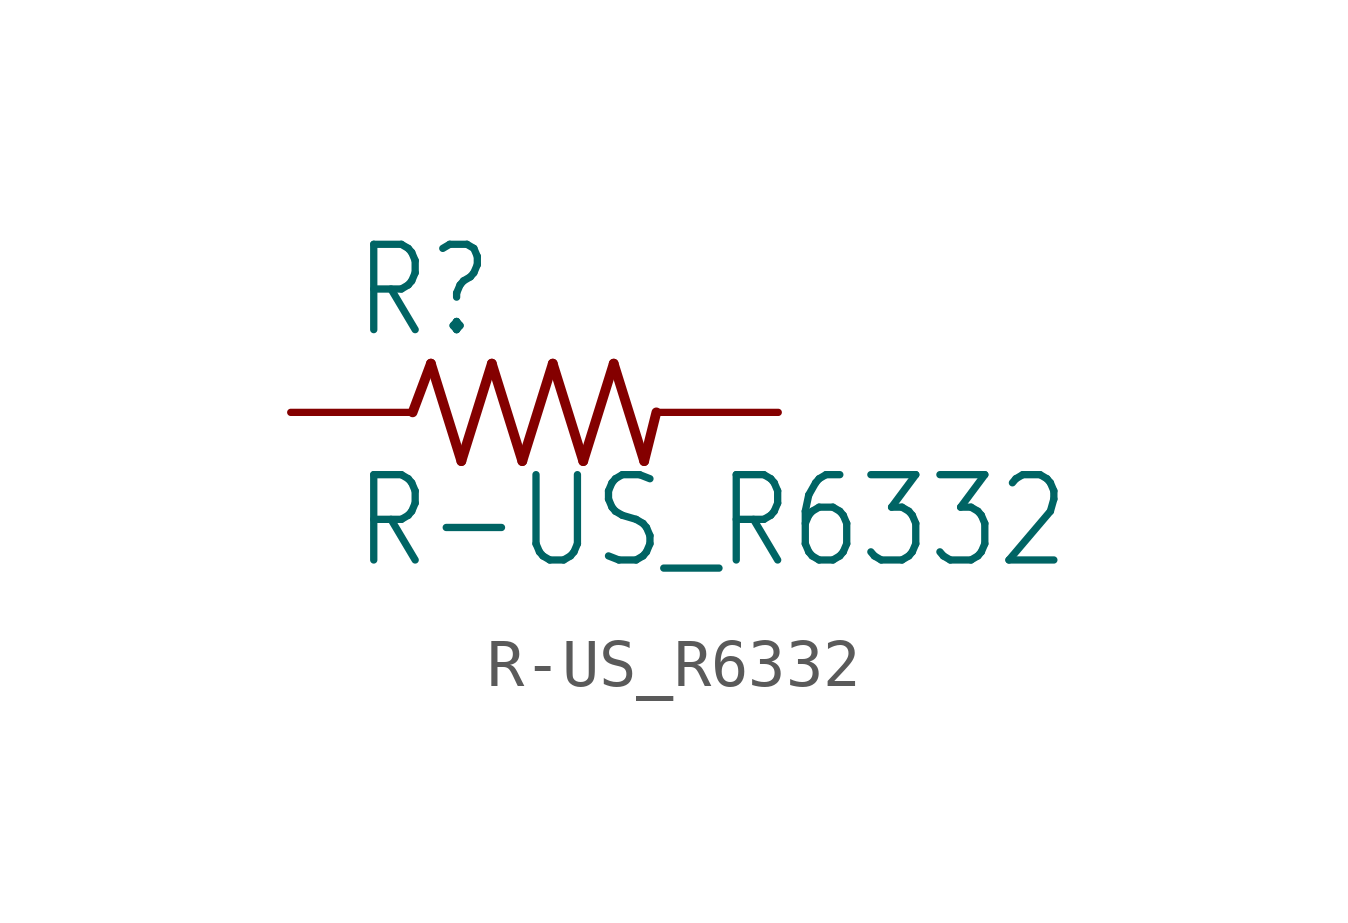
<source format=kicad_sym>
(kicad_symbol_lib
  (version 20220331)
  (generator kicad_symbol_editor)
  (symbol "R-US_R6332"
    (property "Reference" "R"
      (at -3.81 1.499 0)
      (effects (font (size 1.778 1.511)) (justify left bottom)))
    (property "Value" "R-US_R6332"
      (at -3.81 -3.302 0)
      (effects (font (size 1.778 1.511)) (justify left bottom)))
    (property "ki_locked" ""
      (at 0 0 0)
      (effects (font (size 1.27 1.27))))
    (symbol "R-US_R6332_1_0"
      (polyline (pts (xy -2.54 0) (xy -2.159 1.016)) (stroke (width 0.203) (type solid)) (fill (type none)))
      (polyline (pts (xy -2.159 1.016) (xy -1.524 -1.016)) (stroke (width 0.203) (type solid)) (fill (type none)))
      (polyline (pts (xy -1.524 -1.016) (xy -0.889 1.016)) (stroke (width 0.203) (type solid)) (fill (type none)))
      (polyline (pts (xy -0.889 1.016) (xy -0.254 -1.016)) (stroke (width 0.203) (type solid)) (fill (type none)))
      (polyline (pts (xy -0.254 -1.016) (xy 0.381 1.016)) (stroke (width 0.203) (type solid)) (fill (type none)))
      (polyline (pts (xy 0.381 1.016) (xy 1.016 -1.016)) (stroke (width 0.203) (type solid)) (fill (type none)))
      (polyline (pts (xy 1.016 -1.016) (xy 1.651 1.016)) (stroke (width 0.203) (type solid)) (fill (type none)))
      (polyline (pts (xy 1.651 1.016) (xy 2.286 -1.016)) (stroke (width 0.203) (type solid)) (fill (type none)))
      (polyline (pts (xy 2.286 -1.016) (xy 2.54 0)) (stroke (width 0.203) (type solid)) (fill (type none)))
      (pin passive line (at -5.08 0 0) (length 2.54) (name "1" (effects (font (size 0 0)))) (number "1" (effects (font (size 0 0)))))
      (pin passive line (at 5.08 0 180) (length 2.54) (name "2" (effects (font (size 0 0)))) (number "2" (effects (font (size 0 0))))))))
</source>
